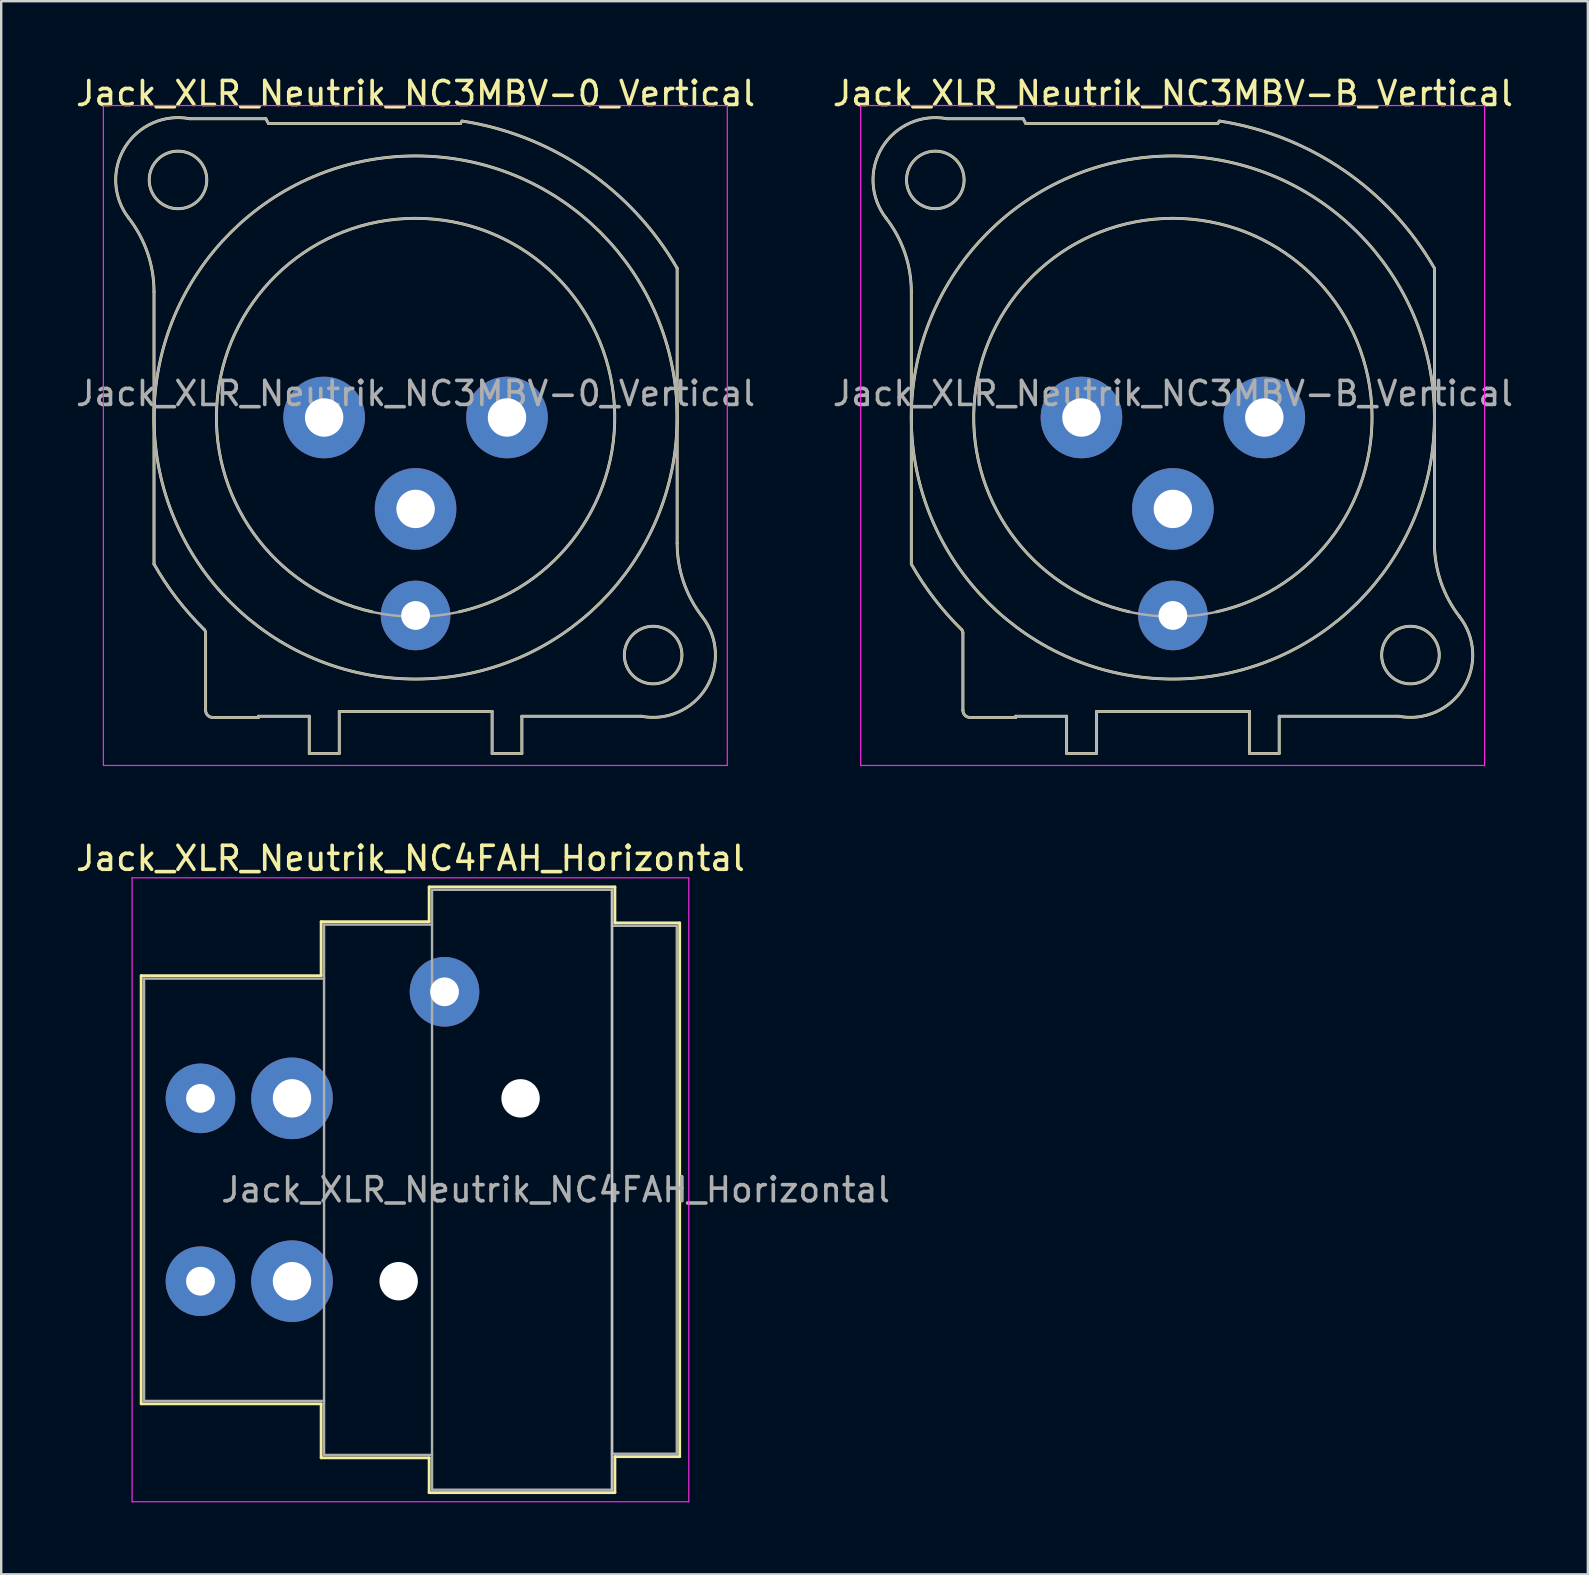
<source format=kicad_pcb>
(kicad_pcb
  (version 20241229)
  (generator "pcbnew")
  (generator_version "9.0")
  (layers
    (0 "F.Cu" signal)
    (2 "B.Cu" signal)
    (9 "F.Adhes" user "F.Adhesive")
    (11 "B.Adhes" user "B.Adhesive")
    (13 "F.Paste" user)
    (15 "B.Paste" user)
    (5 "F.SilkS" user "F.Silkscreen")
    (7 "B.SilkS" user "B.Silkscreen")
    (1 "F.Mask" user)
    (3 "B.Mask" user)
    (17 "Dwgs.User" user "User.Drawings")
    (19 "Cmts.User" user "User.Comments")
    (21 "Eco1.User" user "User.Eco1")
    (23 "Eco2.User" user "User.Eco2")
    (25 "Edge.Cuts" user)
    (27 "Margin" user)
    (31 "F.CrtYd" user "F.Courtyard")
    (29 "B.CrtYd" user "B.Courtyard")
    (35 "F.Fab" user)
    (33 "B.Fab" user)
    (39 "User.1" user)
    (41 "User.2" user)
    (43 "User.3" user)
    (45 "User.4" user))
  (footprint "Jack_XLR_Neutrik_NC3MBV-0_Vertical"
    (layer "F.Cu")
    (at 10.458 14.348)
    (property "Reference" "Jack_XLR_Neutrik_NC3MBV-0_Vertical" (at 3.81 -13.5 0) (layer "F.SilkS") (effects (font (size 1 1) (thickness 0.15))))
    (attr through_hole)
    (fp_line (start -7.09 -5.24) (end -7.09 6.11) (stroke (width 0.12) (type solid)) (layer "F.SilkS"))
    (fp_line (start -4.94 12.2) (end -4.94 8.98) (stroke (width 0.12) (type solid)) (layer "F.SilkS"))
    (fp_line (start -4.64 12.5) (end -2.74 12.5) (stroke (width 0.12) (type solid)) (layer "F.SilkS"))
    (fp_line (start -2.74 12.45) (end -0.62 12.45) (stroke (width 0.12) (type solid)) (layer "F.SilkS"))
    (fp_line (start -2.74 12.5) (end -2.74 12.45) (stroke (width 0.12) (type solid)) (layer "F.SilkS"))
    (fp_line (start -2.43 -12.45) (end -5.6 -12.45) (stroke (width 0.12) (type solid)) (layer "F.SilkS"))
    (fp_line (start -2.32 -12.25) (end -2.43 -12.45) (stroke (width 0.12) (type solid)) (layer "F.SilkS"))
    (fp_line (start -0.62 12.45) (end -0.62 14) (stroke (width 0.12) (type solid)) (layer "F.SilkS"))
    (fp_line (start 0.63 12.25) (end 0.63 14) (stroke (width 0.12) (type solid)) (layer "F.SilkS"))
    (fp_line (start 0.63 12.25) (end 7 12.25) (stroke (width 0.12) (type solid)) (layer "F.SilkS"))
    (fp_line (start 0.63 14) (end -0.62 14) (stroke (width 0.12) (type solid)) (layer "F.SilkS"))
    (fp_line (start 5.68 -12.25) (end -2.32 -12.25) (stroke (width 0.12) (type solid)) (layer "F.SilkS"))
    (fp_line (start 5.74 -12.35) (end 5.68 -12.25) (stroke (width 0.12) (type solid)) (layer "F.SilkS"))
    (fp_line (start 7 12.25) (end 7 14) (stroke (width 0.12) (type solid)) (layer "F.SilkS"))
    (fp_line (start 8.24 12.45) (end 8.24 14) (stroke (width 0.12) (type solid)) (layer "F.SilkS"))
    (fp_line (start 8.24 12.45) (end 13.22 12.45) (stroke (width 0.12) (type solid)) (layer "F.SilkS"))
    (fp_line (start 8.24 14) (end 7 14) (stroke (width 0.12) (type solid)) (layer "F.SilkS"))
    (fp_line (start 14.71 5.24) (end 14.71 -6.22) (stroke (width 0.12) (type solid)) (layer "F.SilkS"))
    (fp_arc (start -8.14458 -8.311426) (mid -7.360989 -6.863715) (end -7.09 -5.24) (stroke (width 0.12) (type solid)) (layer "F.SilkS"))
    (fp_arc (start -8.141124 -8.307677) (mid -8.303366 -11.257798) (end -5.6 -12.45) (stroke (width 0.12) (type solid)) (layer "F.SilkS"))
    (fp_arc (start -4.999944 8.832139) (mid -4.954594 8.899835) (end -4.94 8.98) (stroke (width 0.12) (type solid)) (layer "F.SilkS"))
    (fp_arc (start -4.999718 8.833849) (mid -6.1389 7.544091) (end -7.09 6.11) (stroke (width 0.12) (type solid)) (layer "F.SilkS"))
    (fp_arc (start -4.64 12.5) (mid -4.852132 12.412132) (end -4.94 12.2) (stroke (width 0.12) (type solid)) (layer "F.SilkS"))
    (fp_arc (start 2 8.1) (mid 3.809449 -8.299765) (end 5.621075 8.09976) (stroke (width 0.12) (type solid)) (layer "F.SilkS"))
    (fp_arc (start 5.753207 -12.354269) (mid 10.928439 -10.304601) (end 14.71 -6.22) (stroke (width 0.12) (type solid)) (layer "F.SilkS"))
    (fp_arc (start 15.761124 8.307677) (mid 15.923366 11.257798) (end 13.22 12.45) (stroke (width 0.12) (type solid)) (layer "F.SilkS"))
    (fp_arc (start 15.76458 8.311426) (mid 14.980989 6.863715) (end 14.71 5.24) (stroke (width 0.12) (type solid)) (layer "F.SilkS"))
    (fp_circle (center -6.09 -9.9) (end -4.89 -9.9) (stroke (width 0.12) (type solid)) (fill no) (layer "F.SilkS"))
    (fp_circle (center 3.81 0) (end 14.71 0) (stroke (width 0.12) (type solid)) (fill no) (layer "F.SilkS"))
    (fp_circle (center 13.71 9.9) (end 14.91 9.9) (stroke (width 0.12) (type solid)) (fill no) (layer "F.SilkS"))
    (fp_line (start -9.2 -13) (end 16.8 -13) (stroke (width 0.05) (type solid)) (layer "F.CrtYd"))
    (fp_line (start -9.2 14.5) (end -9.2 -13) (stroke (width 0.05) (type solid)) (layer "F.CrtYd"))
    (fp_line (start 16.8 -13) (end 16.8 14.5) (stroke (width 0.05) (type solid)) (layer "F.CrtYd"))
    (fp_line (start 16.8 14.5) (end -9.2 14.5) (stroke (width 0.05) (type solid)) (layer "F.CrtYd"))
    (fp_line (start -7.09 -5.24) (end -7.09 6.11) (stroke (width 0.1) (type solid)) (layer "F.Fab"))
    (fp_line (start -4.94 12.2) (end -4.94 8.98) (stroke (width 0.1) (type solid)) (layer "F.Fab"))
    (fp_line (start -4.64 12.5) (end -2.74 12.5) (stroke (width 0.1) (type solid)) (layer "F.Fab"))
    (fp_line (start -2.74 12.45) (end -0.62 12.45) (stroke (width 0.1) (type solid)) (layer "F.Fab"))
    (fp_line (start -2.74 12.5) (end -2.74 12.45) (stroke (width 0.1) (type solid)) (layer "F.Fab"))
    (fp_line (start -2.43 -12.45) (end -5.6 -12.45) (stroke (width 0.1) (type solid)) (layer "F.Fab"))
    (fp_line (start -2.32 -12.25) (end -2.43 -12.45) (stroke (width 0.1) (type solid)) (layer "F.Fab"))
    (fp_line (start -0.62 12.45) (end -0.62 14) (stroke (width 0.1) (type solid)) (layer "F.Fab"))
    (fp_line (start 0.63 12.25) (end 0.63 14) (stroke (width 0.1) (type solid)) (layer "F.Fab"))
    (fp_line (start 0.63 12.25) (end 7 12.25) (stroke (width 0.1) (type solid)) (layer "F.Fab"))
    (fp_line (start 0.63 14) (end -0.62 14) (stroke (width 0.1) (type solid)) (layer "F.Fab"))
    (fp_line (start 5.68 -12.25) (end -2.32 -12.25) (stroke (width 0.1) (type solid)) (layer "F.Fab"))
    (fp_line (start 5.74 -12.35) (end 5.68 -12.25) (stroke (width 0.1) (type solid)) (layer "F.Fab"))
    (fp_line (start 7 12.25) (end 7 14) (stroke (width 0.1) (type solid)) (layer "F.Fab"))
    (fp_line (start 8.24 12.45) (end 8.24 14) (stroke (width 0.1) (type solid)) (layer "F.Fab"))
    (fp_line (start 8.24 12.45) (end 13.22 12.45) (stroke (width 0.1) (type solid)) (layer "F.Fab"))
    (fp_line (start 8.24 14) (end 7 14) (stroke (width 0.1) (type solid)) (layer "F.Fab"))
    (fp_line (start 14.71 5.24) (end 14.71 -6.22) (stroke (width 0.1) (type solid)) (layer "F.Fab"))
    (fp_arc (start -8.14458 -8.311426) (mid -7.360989 -6.863715) (end -7.09 -5.24) (stroke (width 0.1) (type solid)) (layer "F.Fab"))
    (fp_arc (start -8.141124 -8.307677) (mid -8.303366 -11.257798) (end -5.6 -12.45) (stroke (width 0.1) (type solid)) (layer "F.Fab"))
    (fp_arc (start -4.999944 8.832139) (mid -4.954594 8.899835) (end -4.94 8.98) (stroke (width 0.1) (type solid)) (layer "F.Fab"))
    (fp_arc (start -4.999718 8.833849) (mid -6.1389 7.544091) (end -7.09 6.11) (stroke (width 0.1) (type solid)) (layer "F.Fab"))
    (fp_arc (start -4.64 12.5) (mid -4.852132 12.412132) (end -4.94 12.2) (stroke (width 0.1) (type solid)) (layer "F.Fab"))
    (fp_arc (start 5.753207 -12.354269) (mid 10.928439 -10.304601) (end 14.71 -6.22) (stroke (width 0.1) (type solid)) (layer "F.Fab"))
    (fp_arc (start 15.761124 8.307677) (mid 15.923366 11.257798) (end 13.22 12.45) (stroke (width 0.1) (type solid)) (layer "F.Fab"))
    (fp_arc (start 15.76458 8.311426) (mid 14.980989 6.863715) (end 14.71 5.24) (stroke (width 0.1) (type solid)) (layer "F.Fab"))
    (fp_circle (center -6.09 -9.9) (end -4.89 -9.9) (stroke (width 0.1) (type solid)) (fill no) (layer "F.Fab"))
    (fp_circle (center 3.81 0) (end 12.11 0) (stroke (width 0.1) (type solid)) (fill no) (layer "F.Fab"))
    (fp_circle (center 3.81 0) (end 14.71 0) (stroke (width 0.1) (type solid)) (fill no) (layer "F.Fab"))
    (fp_circle (center 13.71 9.9) (end 14.91 9.9) (stroke (width 0.1) (type solid)) (fill no) (layer "F.Fab"))
    (fp_text user "${REFERENCE}" (at 3.81 -1 0) (layer "F.Fab") (effects (font (size 1 1) (thickness 0.15))))
    (pad "1" thru_hole circle (at 0 0) (size 3.4 3.4) (drill 1.6) (layers "*.Cu" "*.Mask"))
    (pad "2" thru_hole circle (at 7.62 0) (size 3.4 3.4) (drill 1.6) (layers "*.Cu" "*.Mask"))
    (pad "3" thru_hole circle (at 3.81 3.81) (size 3.4 3.4) (drill 1.6) (layers "*.Cu" "*.Mask"))
    (pad "G" thru_hole circle (at 3.81 8.25) (size 2.9 2.9) (drill 1.2) (layers "*.Cu" "*.Mask")))
  (footprint "Jack_XLR_Neutrik_NC3MBV-B_Vertical"
    (layer "F.Cu")
    (at 42.017 14.348)
    (property "Reference" "Jack_XLR_Neutrik_NC3MBV-B_Vertical" (at 3.81 -13.5 0) (layer "F.SilkS") (effects (font (size 1 1) (thickness 0.15))))
    (attr through_hole)
    (fp_line (start -7.09 -5.24) (end -7.09 6.11) (stroke (width 0.12) (type solid)) (layer "F.SilkS"))
    (fp_line (start -4.94 12.2) (end -4.94 8.98) (stroke (width 0.12) (type solid)) (layer "F.SilkS"))
    (fp_line (start -4.64 12.5) (end -2.74 12.5) (stroke (width 0.12) (type solid)) (layer "F.SilkS"))
    (fp_line (start -2.74 12.45) (end -0.62 12.45) (stroke (width 0.12) (type solid)) (layer "F.SilkS"))
    (fp_line (start -2.74 12.5) (end -2.74 12.45) (stroke (width 0.12) (type solid)) (layer "F.SilkS"))
    (fp_line (start -2.43 -12.45) (end -5.6 -12.45) (stroke (width 0.12) (type solid)) (layer "F.SilkS"))
    (fp_line (start -2.32 -12.25) (end -2.43 -12.45) (stroke (width 0.12) (type solid)) (layer "F.SilkS"))
    (fp_line (start -0.62 12.45) (end -0.62 14) (stroke (width 0.12) (type solid)) (layer "F.SilkS"))
    (fp_line (start 0.63 12.25) (end 0.63 14) (stroke (width 0.12) (type solid)) (layer "F.SilkS"))
    (fp_line (start 0.63 12.25) (end 7 12.25) (stroke (width 0.12) (type solid)) (layer "F.SilkS"))
    (fp_line (start 0.63 14) (end -0.62 14) (stroke (width 0.12) (type solid)) (layer "F.SilkS"))
    (fp_line (start 5.68 -12.25) (end -2.32 -12.25) (stroke (width 0.12) (type solid)) (layer "F.SilkS"))
    (fp_line (start 5.74 -12.35) (end 5.68 -12.25) (stroke (width 0.12) (type solid)) (layer "F.SilkS"))
    (fp_line (start 7 12.25) (end 7 14) (stroke (width 0.12) (type solid)) (layer "F.SilkS"))
    (fp_line (start 8.24 12.45) (end 8.24 14) (stroke (width 0.12) (type solid)) (layer "F.SilkS"))
    (fp_line (start 8.24 12.45) (end 13.22 12.45) (stroke (width 0.12) (type solid)) (layer "F.SilkS"))
    (fp_line (start 8.24 14) (end 7 14) (stroke (width 0.12) (type solid)) (layer "F.SilkS"))
    (fp_line (start 14.71 5.24) (end 14.71 -6.22) (stroke (width 0.12) (type solid)) (layer "F.SilkS"))
    (fp_arc (start -8.14458 -8.311426) (mid -7.360989 -6.863715) (end -7.09 -5.24) (stroke (width 0.12) (type solid)) (layer "F.SilkS"))
    (fp_arc (start -8.141124 -8.307677) (mid -8.303366 -11.257798) (end -5.6 -12.45) (stroke (width 0.12) (type solid)) (layer "F.SilkS"))
    (fp_arc (start -4.999944 8.832139) (mid -4.954594 8.899835) (end -4.94 8.98) (stroke (width 0.12) (type solid)) (layer "F.SilkS"))
    (fp_arc (start -4.999718 8.833849) (mid -6.1389 7.544091) (end -7.09 6.11) (stroke (width 0.12) (type solid)) (layer "F.SilkS"))
    (fp_arc (start -4.64 12.5) (mid -4.852132 12.412132) (end -4.94 12.2) (stroke (width 0.12) (type solid)) (layer "F.SilkS"))
    (fp_arc (start 2 8.1) (mid 3.809449 -8.299765) (end 5.621075 8.09976) (stroke (width 0.12) (type solid)) (layer "F.SilkS"))
    (fp_arc (start 5.753207 -12.354269) (mid 10.928439 -10.304601) (end 14.71 -6.22) (stroke (width 0.12) (type solid)) (layer "F.SilkS"))
    (fp_arc (start 15.761124 8.307677) (mid 15.923366 11.257798) (end 13.22 12.45) (stroke (width 0.12) (type solid)) (layer "F.SilkS"))
    (fp_arc (start 15.76458 8.311426) (mid 14.980989 6.863715) (end 14.71 5.24) (stroke (width 0.12) (type solid)) (layer "F.SilkS"))
    (fp_circle (center -6.09 -9.9) (end -4.89 -9.9) (stroke (width 0.12) (type solid)) (fill no) (layer "F.SilkS"))
    (fp_circle (center 3.81 0) (end 14.71 0) (stroke (width 0.12) (type solid)) (fill no) (layer "F.SilkS"))
    (fp_circle (center 13.71 9.9) (end 14.91 9.9) (stroke (width 0.12) (type solid)) (fill no) (layer "F.SilkS"))
    (fp_line (start -9.2 -13) (end 16.8 -13) (stroke (width 0.05) (type solid)) (layer "F.CrtYd"))
    (fp_line (start -9.2 14.5) (end -9.2 -13) (stroke (width 0.05) (type solid)) (layer "F.CrtYd"))
    (fp_line (start 16.8 -13) (end 16.8 14.5) (stroke (width 0.05) (type solid)) (layer "F.CrtYd"))
    (fp_line (start 16.8 14.5) (end -9.2 14.5) (stroke (width 0.05) (type solid)) (layer "F.CrtYd"))
    (fp_line (start -7.09 -5.24) (end -7.09 6.11) (stroke (width 0.1) (type solid)) (layer "F.Fab"))
    (fp_line (start -4.94 12.2) (end -4.94 8.98) (stroke (width 0.1) (type solid)) (layer "F.Fab"))
    (fp_line (start -4.64 12.5) (end -2.74 12.5) (stroke (width 0.1) (type solid)) (layer "F.Fab"))
    (fp_line (start -2.74 12.45) (end -0.62 12.45) (stroke (width 0.1) (type solid)) (layer "F.Fab"))
    (fp_line (start -2.74 12.5) (end -2.74 12.45) (stroke (width 0.1) (type solid)) (layer "F.Fab"))
    (fp_line (start -2.43 -12.45) (end -5.6 -12.45) (stroke (width 0.1) (type solid)) (layer "F.Fab"))
    (fp_line (start -2.32 -12.25) (end -2.43 -12.45) (stroke (width 0.1) (type solid)) (layer "F.Fab"))
    (fp_line (start -0.62 12.45) (end -0.62 14) (stroke (width 0.1) (type solid)) (layer "F.Fab"))
    (fp_line (start 0.63 12.25) (end 0.63 14) (stroke (width 0.1) (type solid)) (layer "F.Fab"))
    (fp_line (start 0.63 12.25) (end 7 12.25) (stroke (width 0.1) (type solid)) (layer "F.Fab"))
    (fp_line (start 0.63 14) (end -0.62 14) (stroke (width 0.1) (type solid)) (layer "F.Fab"))
    (fp_line (start 5.68 -12.25) (end -2.32 -12.25) (stroke (width 0.1) (type solid)) (layer "F.Fab"))
    (fp_line (start 5.74 -12.35) (end 5.68 -12.25) (stroke (width 0.1) (type solid)) (layer "F.Fab"))
    (fp_line (start 7 12.25) (end 7 14) (stroke (width 0.1) (type solid)) (layer "F.Fab"))
    (fp_line (start 8.24 12.45) (end 8.24 14) (stroke (width 0.1) (type solid)) (layer "F.Fab"))
    (fp_line (start 8.24 12.45) (end 13.22 12.45) (stroke (width 0.1) (type solid)) (layer "F.Fab"))
    (fp_line (start 8.24 14) (end 7 14) (stroke (width 0.1) (type solid)) (layer "F.Fab"))
    (fp_line (start 14.71 5.24) (end 14.71 -6.22) (stroke (width 0.1) (type solid)) (layer "F.Fab"))
    (fp_arc (start -8.14458 -8.311426) (mid -7.360989 -6.863715) (end -7.09 -5.24) (stroke (width 0.1) (type solid)) (layer "F.Fab"))
    (fp_arc (start -8.141124 -8.307677) (mid -8.303366 -11.257798) (end -5.6 -12.45) (stroke (width 0.1) (type solid)) (layer "F.Fab"))
    (fp_arc (start -4.999944 8.832139) (mid -4.954594 8.899835) (end -4.94 8.98) (stroke (width 0.1) (type solid)) (layer "F.Fab"))
    (fp_arc (start -4.999718 8.833849) (mid -6.1389 7.544091) (end -7.09 6.11) (stroke (width 0.1) (type solid)) (layer "F.Fab"))
    (fp_arc (start -4.64 12.5) (mid -4.852132 12.412132) (end -4.94 12.2) (stroke (width 0.1) (type solid)) (layer "F.Fab"))
    (fp_arc (start 5.753207 -12.354269) (mid 10.928439 -10.304601) (end 14.71 -6.22) (stroke (width 0.1) (type solid)) (layer "F.Fab"))
    (fp_arc (start 15.761124 8.307677) (mid 15.923366 11.257798) (end 13.22 12.45) (stroke (width 0.1) (type solid)) (layer "F.Fab"))
    (fp_arc (start 15.76458 8.311426) (mid 14.980989 6.863715) (end 14.71 5.24) (stroke (width 0.1) (type solid)) (layer "F.Fab"))
    (fp_circle (center -6.09 -9.9) (end -4.89 -9.9) (stroke (width 0.1) (type solid)) (fill no) (layer "F.Fab"))
    (fp_circle (center 3.81 0) (end 12.11 0) (stroke (width 0.1) (type solid)) (fill no) (layer "F.Fab"))
    (fp_circle (center 3.81 0) (end 14.71 0) (stroke (width 0.1) (type solid)) (fill no) (layer "F.Fab"))
    (fp_circle (center 13.71 9.9) (end 14.91 9.9) (stroke (width 0.1) (type solid)) (fill no) (layer "F.Fab"))
    (fp_text user "${REFERENCE}" (at 3.81 -1 0) (layer "F.Fab") (effects (font (size 1 1) (thickness 0.15))))
    (pad "1" thru_hole circle (at 0 0) (size 3.4 3.4) (drill 1.6) (layers "*.Cu" "*.Mask"))
    (pad "2" thru_hole circle (at 7.62 0) (size 3.4 3.4) (drill 1.6) (layers "*.Cu" "*.Mask"))
    (pad "3" thru_hole circle (at 3.81 3.81) (size 3.4 3.4) (drill 1.6) (layers "*.Cu" "*.Mask"))
    (pad "G" thru_hole circle (at 3.81 8.25) (size 2.9 2.9) (drill 1.2) (layers "*.Cu" "*.Mask")))
  (footprint "Jack_XLR_Neutrik_NC4FAH_Horizontal"
    (layer "F.Cu")
    (at 5.304 42.721)
    (property "Reference" "Jack_XLR_Neutrik_NC4FAH_Horizontal" (at 8.75 -10 0) (layer "F.SilkS") (effects (font (size 1 1) (thickness 0.15))))
    (attr through_hole)
    (fp_line (start -2.47 -5.11) (end -2.47 12.73) (stroke (width 0.12) (type solid)) (layer "F.SilkS"))
    (fp_line (start 5.03 -5.11) (end -2.47 -5.11) (stroke (width 0.12) (type solid)) (layer "F.SilkS"))
    (fp_line (start 5.03 -5.11) (end 5.03 -7.36) (stroke (width 0.12) (type solid)) (layer "F.SilkS"))
    (fp_line (start 5.03 12.73) (end -2.47 12.73) (stroke (width 0.12) (type solid)) (layer "F.SilkS"))
    (fp_line (start 5.03 12.73) (end 5.03 14.98) (stroke (width 0.12) (type solid)) (layer "F.SilkS"))
    (fp_line (start 9.53 -7.36) (end 5.03 -7.36) (stroke (width 0.12) (type solid)) (layer "F.SilkS"))
    (fp_line (start 9.53 -7.36) (end 9.53 -8.81) (stroke (width 0.12) (type solid)) (layer "F.SilkS"))
    (fp_line (start 9.53 14.98) (end 5.03 14.98) (stroke (width 0.12) (type solid)) (layer "F.SilkS"))
    (fp_line (start 9.53 16.43) (end 9.53 14.98) (stroke (width 0.12) (type solid)) (layer "F.SilkS"))
    (fp_line (start 17.27 -8.81) (end 9.53 -8.81) (stroke (width 0.12) (type solid)) (layer "F.SilkS"))
    (fp_line (start 17.27 -8.81) (end 17.27 -7.31) (stroke (width 0.12) (type solid)) (layer "F.SilkS"))
    (fp_line (start 17.27 -7.31) (end 19.97 -7.31) (stroke (width 0.12) (type solid)) (layer "F.SilkS"))
    (fp_line (start 17.27 14.93) (end 17.27 16.43) (stroke (width 0.12) (type solid)) (layer "F.SilkS"))
    (fp_line (start 17.27 14.93) (end 19.97 14.93) (stroke (width 0.12) (type solid)) (layer "F.SilkS"))
    (fp_line (start 17.27 16.43) (end 9.53 16.43) (stroke (width 0.12) (type solid)) (layer "F.SilkS"))
    (fp_line (start 19.97 -7.31) (end 19.97 14.93) (stroke (width 0.12) (type solid)) (layer "F.SilkS"))
    (fp_line (start 17.15 -8.69) (end 17.15 16.31) (stroke (width 0.1) (type solid)) (layer "Dwgs.User"))
    (fp_line (start -2.85 -9.19) (end -2.85 16.81) (stroke (width 0.05) (type solid)) (layer "F.CrtYd"))
    (fp_line (start 20.35 -9.19) (end -2.85 -9.19) (stroke (width 0.05) (type solid)) (layer "F.CrtYd"))
    (fp_line (start 20.35 -9.19) (end 20.35 16.81) (stroke (width 0.05) (type solid)) (layer "F.CrtYd"))
    (fp_line (start 20.35 16.81) (end -2.85 16.81) (stroke (width 0.05) (type solid)) (layer "F.CrtYd"))
    (fp_line (start -2.35 -4.99) (end -2.35 12.61) (stroke (width 0.1) (type solid)) (layer "F.Fab"))
    (fp_line (start 5.15 -4.99) (end -2.35 -4.99) (stroke (width 0.1) (type solid)) (layer "F.Fab"))
    (fp_line (start 5.15 12.61) (end -2.35 12.61) (stroke (width 0.1) (type solid)) (layer "F.Fab"))
    (fp_line (start 5.15 14.86) (end 5.15 -7.24) (stroke (width 0.1) (type solid)) (layer "F.Fab"))
    (fp_line (start 5.15 14.86) (end 9.65 14.86) (stroke (width 0.1) (type solid)) (layer "F.Fab"))
    (fp_line (start 9.65 -8.69) (end 17.15 -8.69) (stroke (width 0.1) (type solid)) (layer "F.Fab"))
    (fp_line (start 9.65 -7.24) (end 5.15 -7.24) (stroke (width 0.1) (type solid)) (layer "F.Fab"))
    (fp_line (start 9.65 16.31) (end 9.65 -8.69) (stroke (width 0.1) (type solid)) (layer "F.Fab"))
    (fp_line (start 17.15 -8.69) (end 17.15 16.31) (stroke (width 0.1) (type solid)) (layer "F.Fab"))
    (fp_line (start 17.15 -7.19) (end 19.85 -7.19) (stroke (width 0.1) (type solid)) (layer "F.Fab"))
    (fp_line (start 17.15 16.31) (end 9.65 16.31) (stroke (width 0.1) (type solid)) (layer "F.Fab"))
    (fp_line (start 19.85 -7.19) (end 19.85 14.81) (stroke (width 0.1) (type solid)) (layer "F.Fab"))
    (fp_line (start 19.85 14.81) (end 17.15 14.81) (stroke (width 0.1) (type solid)) (layer "F.Fab"))
    (fp_text user "${REFERENCE}" (at 14.8 3.81 0) (layer "F.Fab") (effects (font (size 1 1) (thickness 0.15))))
    (pad "" np_thru_hole circle (at 8.26 7.62) (size 1.6 1.6) (drill 1.6) (layers "*.Cu" "*.Mask"))
    (pad "" np_thru_hole circle (at 13.34 0) (size 1.6 1.6) (drill 1.6) (layers "*.Cu" "*.Mask"))
    (pad "1" thru_hole circle (at 0 0) (size 2.9 2.9) (drill 1.2) (layers "*.Cu" "*.Mask"))
    (pad "2" thru_hole circle (at 3.815 0) (size 3.4 3.4) (drill 1.6) (layers "*.Cu" "*.Mask"))
    (pad "3" thru_hole circle (at 3.815 7.62) (size 3.4 3.4) (drill 1.6) (layers "*.Cu" "*.Mask"))
    (pad "4" thru_hole circle (at 0 7.62) (size 2.9 2.9) (drill 1.2) (layers "*.Cu" "*.Mask"))
    (pad "G" thru_hole circle (at 10.17 -4.44) (size 2.9 2.9) (drill 1.2) (layers "*.Cu" "*.Mask")))
  (gr_rect
    (start -3 -3)
    (end 63.119 62.556)
    (stroke (width 0.1) (type default))
    (fill no)
    (layer "Edge.Cuts")))
</source>
